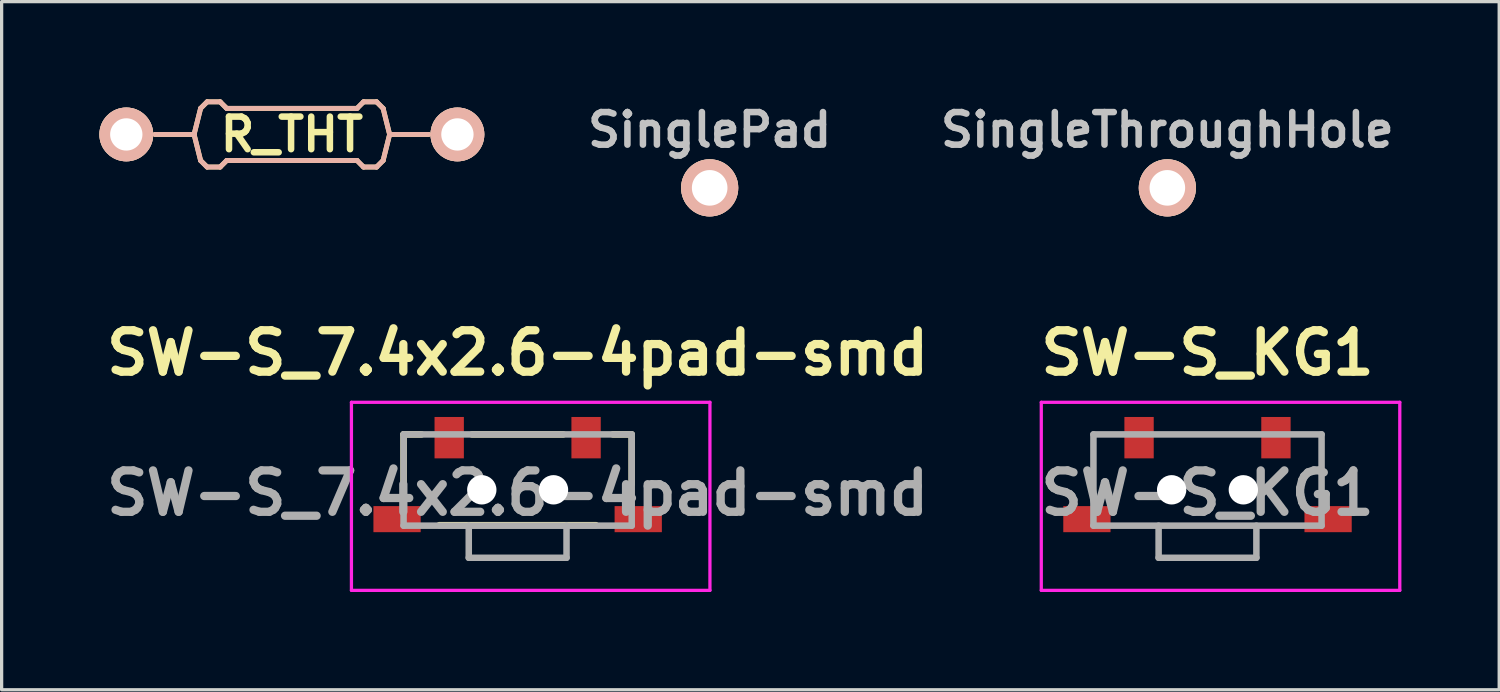
<source format=kicad_pcb>
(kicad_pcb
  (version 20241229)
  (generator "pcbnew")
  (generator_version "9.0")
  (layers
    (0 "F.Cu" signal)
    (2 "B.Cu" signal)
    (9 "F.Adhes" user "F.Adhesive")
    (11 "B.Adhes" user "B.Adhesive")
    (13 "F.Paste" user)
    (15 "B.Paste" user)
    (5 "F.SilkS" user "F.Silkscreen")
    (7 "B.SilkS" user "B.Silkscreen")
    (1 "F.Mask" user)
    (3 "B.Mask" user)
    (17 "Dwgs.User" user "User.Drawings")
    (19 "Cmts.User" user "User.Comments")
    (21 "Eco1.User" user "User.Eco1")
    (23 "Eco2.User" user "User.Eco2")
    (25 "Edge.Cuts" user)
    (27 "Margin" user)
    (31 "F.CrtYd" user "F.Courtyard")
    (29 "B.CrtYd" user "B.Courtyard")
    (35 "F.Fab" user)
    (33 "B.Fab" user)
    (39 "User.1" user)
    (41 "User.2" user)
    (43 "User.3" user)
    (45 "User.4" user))
  (footprint "SinglePad"
    (layer "F.Cu")
    (at 18.725 2.714)
    (property "Reference" "SinglePad" (at 0 -1.778 0) (layer "Dwgs.User") (effects (font (size 1 1) (thickness 0.2))))
    (attr through_hole)
    (pad "1" thru_hole circle (at 0 0 270) (size 1.753 1.753) (drill 1.092) (layers "*.Cu" "*.SilkS" "*.Mask")))
  (footprint "R_THT"
    (layer "F.Cu")
    (at 5.905 1.075)
    (property "Reference" "R_THT" (at 0 0 0) (layer "F.SilkS") (effects (font (size 1 1) (thickness 0.2))))
    (attr through_hole)
    (fp_line (start -4.2 0) (end -3 0) (stroke (width 0.15) (type solid)) (layer "F.SilkS"))
    (fp_line (start -3 0) (end -2.8 -0.8) (stroke (width 0.15) (type solid)) (layer "F.SilkS"))
    (fp_line (start -2.8 -0.8) (end -2.6 -1) (stroke (width 0.15) (type solid)) (layer "F.SilkS"))
    (fp_line (start -2.8 0.8) (end -3 0) (stroke (width 0.15) (type solid)) (layer "F.SilkS"))
    (fp_line (start -2.6 -1) (end -2.2 -1) (stroke (width 0.15) (type solid)) (layer "F.SilkS"))
    (fp_line (start -2.6 1) (end -2.8 0.8) (stroke (width 0.15) (type solid)) (layer "F.SilkS"))
    (fp_line (start -2.2 -1) (end -2 -0.8) (stroke (width 0.15) (type solid)) (layer "F.SilkS"))
    (fp_line (start -2.2 1) (end -2.6 1) (stroke (width 0.15) (type solid)) (layer "F.SilkS"))
    (fp_line (start -2 -0.8) (end 2 -0.8) (stroke (width 0.15) (type solid)) (layer "F.SilkS"))
    (fp_line (start -2 0.8) (end -2.2 1) (stroke (width 0.15) (type solid)) (layer "F.SilkS"))
    (fp_line (start 2 -0.8) (end 2.2 -1) (stroke (width 0.15) (type solid)) (layer "F.SilkS"))
    (fp_line (start 2 0.8) (end -2 0.8) (stroke (width 0.15) (type solid)) (layer "F.SilkS"))
    (fp_line (start 2.2 -1) (end 2.6 -1) (stroke (width 0.15) (type solid)) (layer "F.SilkS"))
    (fp_line (start 2.2 1) (end 2 0.8) (stroke (width 0.15) (type solid)) (layer "F.SilkS"))
    (fp_line (start 2.6 -1) (end 2.8 -0.8) (stroke (width 0.15) (type solid)) (layer "F.SilkS"))
    (fp_line (start 2.6 1) (end 2.2 1) (stroke (width 0.15) (type solid)) (layer "F.SilkS"))
    (fp_line (start 2.8 -0.8) (end 3 0) (stroke (width 0.15) (type solid)) (layer "F.SilkS"))
    (fp_line (start 2.8 0.8) (end 2.6 1) (stroke (width 0.15) (type solid)) (layer "F.SilkS"))
    (fp_line (start 3 0) (end 2.8 0.8) (stroke (width 0.15) (type solid)) (layer "F.SilkS"))
    (fp_line (start 3 0) (end 4.2 0) (stroke (width 0.15) (type solid)) (layer "F.SilkS"))
    (fp_line (start -4.2 0) (end -3 0) (stroke (width 0.15) (type solid)) (layer "B.SilkS"))
    (fp_line (start -3 0) (end -2.8 -0.8) (stroke (width 0.15) (type solid)) (layer "B.SilkS"))
    (fp_line (start -2.8 -0.8) (end -2.6 -1) (stroke (width 0.15) (type solid)) (layer "B.SilkS"))
    (fp_line (start -2.8 0.8) (end -3 0) (stroke (width 0.15) (type solid)) (layer "B.SilkS"))
    (fp_line (start -2.6 -1) (end -2.2 -1) (stroke (width 0.15) (type solid)) (layer "B.SilkS"))
    (fp_line (start -2.6 1) (end -2.8 0.8) (stroke (width 0.15) (type solid)) (layer "B.SilkS"))
    (fp_line (start -2.2 -1) (end -2 -0.8) (stroke (width 0.15) (type solid)) (layer "B.SilkS"))
    (fp_line (start -2.2 1) (end -2.6 1) (stroke (width 0.15) (type solid)) (layer "B.SilkS"))
    (fp_line (start -2 -0.8) (end 2 -0.8) (stroke (width 0.15) (type solid)) (layer "B.SilkS"))
    (fp_line (start -2 0.8) (end -2.2 1) (stroke (width 0.15) (type solid)) (layer "B.SilkS"))
    (fp_line (start 2 -0.8) (end 2.2 -1) (stroke (width 0.15) (type solid)) (layer "B.SilkS"))
    (fp_line (start 2 0.8) (end -2 0.8) (stroke (width 0.15) (type solid)) (layer "B.SilkS"))
    (fp_line (start 2.2 -1) (end 2.6 -1) (stroke (width 0.15) (type solid)) (layer "B.SilkS"))
    (fp_line (start 2.2 1) (end 2 0.8) (stroke (width 0.15) (type solid)) (layer "B.SilkS"))
    (fp_line (start 2.6 -1) (end 2.8 -0.8) (stroke (width 0.15) (type solid)) (layer "B.SilkS"))
    (fp_line (start 2.6 1) (end 2.2 1) (stroke (width 0.15) (type solid)) (layer "B.SilkS"))
    (fp_line (start 2.8 -0.8) (end 3 0) (stroke (width 0.15) (type solid)) (layer "B.SilkS"))
    (fp_line (start 2.8 0.8) (end 2.6 1) (stroke (width 0.15) (type solid)) (layer "B.SilkS"))
    (fp_line (start 3 0) (end 2.8 0.8) (stroke (width 0.15) (type solid)) (layer "B.SilkS"))
    (fp_line (start 3 0) (end 4.2 0) (stroke (width 0.15) (type solid)) (layer "B.SilkS"))
    (pad "1" thru_hole circle (at -5.08 0) (size 1.651 1.651) (drill 0.991) (layers "*.Cu" "*.SilkS" "*.Mask"))
    (pad "2" thru_hole circle (at 5.08 0) (size 1.651 1.651) (drill 0.991) (layers "*.Cu" "*.SilkS" "*.Mask")))
  (footprint "SingleThroughHole"
    (layer "F.Cu")
    (at 32.768 2.714)
    (property "Reference" "SingleThroughHole" (at 0 -1.778 0) (layer "Dwgs.User") (effects (font (size 1 1) (thickness 0.2))))
    (attr through_hole)
    (pad "1" thru_hole circle (at 0 0 270) (size 1.753 1.753) (drill 1.092) (layers "*.Cu" "*.SilkS" "*.Mask")))
  (footprint "SW-S_7.4x2.6-4pad-smd"
    (layer "F.Cu")
    (at 12.833 12.079)
    (property "Reference" "SW-S_7.4x2.6-4pad-smd" (at 0 -4.3 0) (layer "F.SilkS") (effects (font (size 1.27 1.27) (thickness 0.254))))
    (attr smd)
    (fp_line (start -3.5 -1.8) (end -3.5 -0.265) (stroke (width 0.2) (type solid)) (layer "F.SilkS"))
    (fp_line (start -2.95 -1.8) (end -3.5 -1.8) (stroke (width 0.2) (type solid)) (layer "F.SilkS"))
    (fp_line (start -2.4 0.985) (end 2.4 0.985) (stroke (width 0.2) (type solid)) (layer "F.SilkS"))
    (fp_line (start -1.4 -1.8) (end 1.4 -1.8) (stroke (width 0.2) (type solid)) (layer "F.SilkS"))
    (fp_line (start 3.475 -1.8) (end 2.925 -1.8) (stroke (width 0.2) (type solid)) (layer "F.SilkS"))
    (fp_line (start 3.5 -1.8) (end 3.5 -0.275) (stroke (width 0.2) (type solid)) (layer "F.SilkS"))
    (fp_line (start -5.1 -2.785) (end 5.9 -2.785) (stroke (width 0.1) (type solid)) (layer "F.CrtYd"))
    (fp_line (start -5.1 2.985) (end -5.1 -2.785) (stroke (width 0.1) (type solid)) (layer "F.CrtYd"))
    (fp_line (start 5.9 -2.785) (end 5.9 2.985) (stroke (width 0.1) (type solid)) (layer "F.CrtYd"))
    (fp_line (start 5.9 2.985) (end -5.1 2.985) (stroke (width 0.1) (type solid)) (layer "F.CrtYd"))
    (fp_line (start -3.5 -1.8) (end 3.5 -1.8) (stroke (width 0.2) (type solid)) (layer "F.Fab"))
    (fp_line (start -3.5 1) (end -3.5 -1.8) (stroke (width 0.2) (type solid)) (layer "F.Fab"))
    (fp_line (start -1.5 1) (end -1.5 1.985) (stroke (width 0.2) (type solid)) (layer "F.Fab"))
    (fp_line (start -1.5 1.985) (end 1.5 1.985) (stroke (width 0.2) (type solid)) (layer "F.Fab"))
    (fp_line (start 1.5 1.985) (end 1.5 1) (stroke (width 0.2) (type solid)) (layer "F.Fab"))
    (fp_line (start 3.5 -1.8) (end 3.5 1) (stroke (width 0.2) (type solid)) (layer "F.Fab"))
    (fp_line (start 3.5 1) (end -3.5 1) (stroke (width 0.2) (type solid)) (layer "F.Fab"))
    (fp_text user "${REFERENCE}" (at 0 0 0) (layer "F.Fab") (effects (font (size 1.27 1.27) (thickness 0.254))))
    (pad "" np_thru_hole circle (at -1.1 -0.1) (size 0.9 0.9) (drill 1) (layers "*.Cu" "*.Mask"))
    (pad "" np_thru_hole circle (at 1.1 -0.1) (size 0.9 0.9) (drill 1) (layers "*.Cu" "*.Mask"))
    (pad "1" smd rect (at -2.1 -1.7) (size 0.9 1.27) (layers "F.Cu" "F.Mask" "F.Paste"))
    (pad "2" smd rect (at 2.1 -1.7) (size 0.9 1.27) (layers "F.Cu" "F.Mask" "F.Paste"))
    (pad "3" smd rect (at -3.7 0.8 90) (size 0.8 1.45) (layers "F.Cu" "F.Mask" "F.Paste"))
    (pad "4" smd rect (at 3.7 0.8 90) (size 0.8 1.45) (layers "F.Cu" "F.Mask" "F.Paste")))
  (footprint "SW-S_KG1"
    (layer "F.Cu")
    (at 34 12.079)
    (property "Reference" "SW-S_KG1" (at 0 -4.3 0) (layer "F.SilkS") (effects (font (size 1.27 1.27) (thickness 0.254))))
    (attr smd)
    (fp_line (start -3.5 -1.8) (end -3.5 -0.265) (stroke (width 0.1) (type solid)) (layer "F.SilkS"))
    (fp_line (start -2.95 -1.8) (end -3.5 -1.8) (stroke (width 0.1) (type solid)) (layer "F.SilkS"))
    (fp_line (start -2.4 0.985) (end 2.4 0.985) (stroke (width 0.1) (type solid)) (layer "F.SilkS"))
    (fp_line (start -1.4 -1.8) (end 1.4 -1.8) (stroke (width 0.1) (type solid)) (layer "F.SilkS"))
    (fp_line (start 3.475 -1.8) (end 2.925 -1.8) (stroke (width 0.1) (type solid)) (layer "F.SilkS"))
    (fp_line (start 3.5 -1.8) (end 3.5 -0.275) (stroke (width 0.1) (type solid)) (layer "F.SilkS"))
    (fp_line (start -5.1 -2.785) (end 5.9 -2.785) (stroke (width 0.1) (type solid)) (layer "F.CrtYd"))
    (fp_line (start -5.1 2.985) (end -5.1 -2.785) (stroke (width 0.1) (type solid)) (layer "F.CrtYd"))
    (fp_line (start 5.9 -2.785) (end 5.9 2.985) (stroke (width 0.1) (type solid)) (layer "F.CrtYd"))
    (fp_line (start 5.9 2.985) (end -5.1 2.985) (stroke (width 0.1) (type solid)) (layer "F.CrtYd"))
    (fp_line (start -3.5 -1.8) (end 3.5 -1.8) (stroke (width 0.2) (type solid)) (layer "F.Fab"))
    (fp_line (start -3.5 1) (end -3.5 -1.8) (stroke (width 0.2) (type solid)) (layer "F.Fab"))
    (fp_line (start -1.5 1) (end -1.5 1.985) (stroke (width 0.2) (type solid)) (layer "F.Fab"))
    (fp_line (start -1.5 1.985) (end 1.5 1.985) (stroke (width 0.2) (type solid)) (layer "F.Fab"))
    (fp_line (start 1.5 1.985) (end 1.5 1) (stroke (width 0.2) (type solid)) (layer "F.Fab"))
    (fp_line (start 3.5 -1.8) (end 3.5 1) (stroke (width 0.2) (type solid)) (layer "F.Fab"))
    (fp_line (start 3.5 1) (end -3.5 1) (stroke (width 0.2) (type solid)) (layer "F.Fab"))
    (fp_text user "${REFERENCE}" (at 0 0 0) (layer "F.Fab") (effects (font (size 1.27 1.27) (thickness 0.254))))
    (pad "" np_thru_hole circle (at -1.1 -0.1) (size 0.9 0.9) (drill 1) (layers "*.Cu" "*.Mask"))
    (pad "" np_thru_hole circle (at 1.1 -0.1) (size 0.9 0.9) (drill 1) (layers "*.Cu" "*.Mask"))
    (pad "1" smd rect (at -2.1 -1.7) (size 0.9 1.27) (layers "F.Cu" "F.Mask" "F.Paste"))
    (pad "2" smd rect (at 2.1 -1.7) (size 0.9 1.27) (layers "F.Cu" "F.Mask" "F.Paste"))
    (pad "3" smd rect (at -3.7 0.8 90) (size 0.8 1.45) (layers "F.Cu" "F.Mask" "F.Paste"))
    (pad "4" smd rect (at 3.7 0.8 90) (size 0.8 1.45) (layers "F.Cu" "F.Mask" "F.Paste")))
  (gr_rect
    (start -3 -3)
    (end 42.95 18.114)
    (stroke (width 0.1) (type default))
    (fill no)
    (layer "Edge.Cuts")))
</source>
